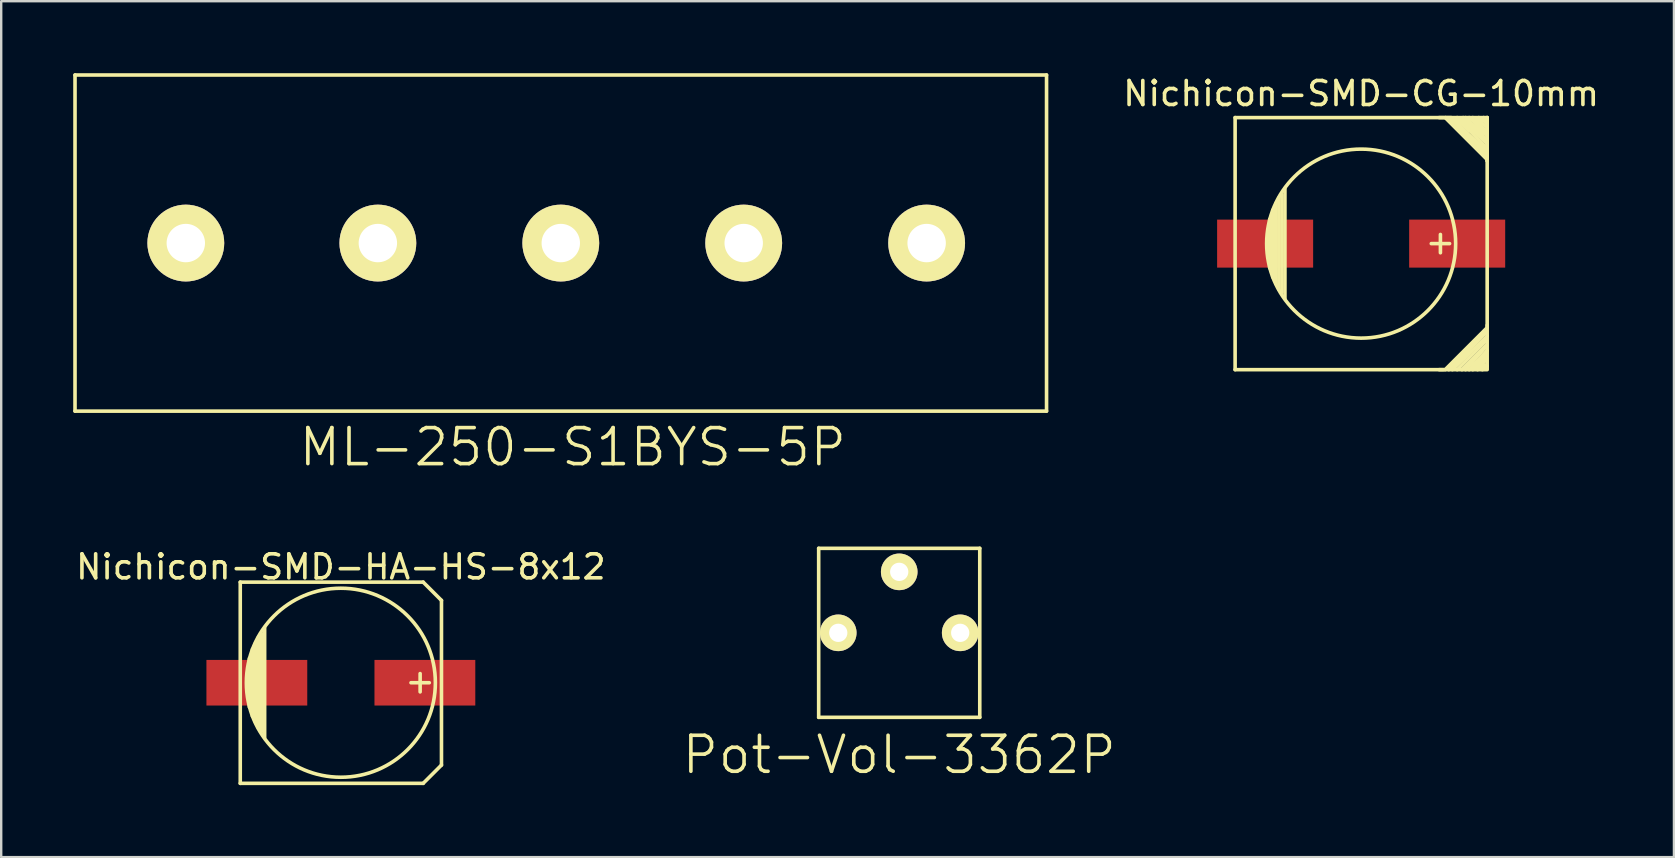
<source format=kicad_pcb>
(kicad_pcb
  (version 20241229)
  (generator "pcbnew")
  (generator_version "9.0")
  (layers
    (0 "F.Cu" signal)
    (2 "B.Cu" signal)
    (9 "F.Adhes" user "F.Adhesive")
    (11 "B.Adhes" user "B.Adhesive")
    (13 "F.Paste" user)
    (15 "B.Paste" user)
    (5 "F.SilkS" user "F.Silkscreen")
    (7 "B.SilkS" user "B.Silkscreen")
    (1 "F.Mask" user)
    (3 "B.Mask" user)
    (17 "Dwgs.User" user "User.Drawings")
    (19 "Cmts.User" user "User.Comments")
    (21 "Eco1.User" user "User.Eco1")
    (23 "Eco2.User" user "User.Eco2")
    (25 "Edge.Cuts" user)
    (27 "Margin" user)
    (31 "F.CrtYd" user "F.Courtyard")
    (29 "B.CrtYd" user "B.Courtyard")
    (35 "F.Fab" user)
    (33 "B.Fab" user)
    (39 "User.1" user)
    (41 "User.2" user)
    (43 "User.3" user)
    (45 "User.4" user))
  (footprint "Pot-Vol-3362P"
    (layer "F.Cu")
    (at 34.408 23.311)
    (property "Reference" "Pot-Vol-3362P" (at 0 5.08 0) (layer "F.SilkS") (effects (font (size 1.5 1.5) (thickness 0.15))))
    (attr through_hole)
    (fp_line (start -3.355 -3.52) (end -3.355 3.52) (stroke (width 0.15) (type solid)) (layer "F.SilkS"))
    (fp_line (start -3.355 -3.52) (end 3.355 -3.52) (stroke (width 0.15) (type solid)) (layer "F.SilkS"))
    (fp_line (start -3.355 3.52) (end 3.355 3.52) (stroke (width 0.15) (type solid)) (layer "F.SilkS"))
    (fp_line (start 3.355 3.52) (end 3.355 -3.52) (stroke (width 0.15) (type solid)) (layer "F.SilkS"))
    (pad "1" thru_hole circle (at -2.54 0) (size 1.524 1.524) (drill 0.762) (layers "*.Cu" "*.Mask" "F.SilkS"))
    (pad "2" thru_hole circle (at 0 -2.54) (size 1.524 1.524) (drill 0.762) (layers "*.Cu" "*.Mask" "F.SilkS"))
    (pad "3" thru_hole circle (at 2.54 0) (size 1.524 1.524) (drill 0.762) (layers "*.Cu" "*.Mask" "F.SilkS")))
  (footprint "ML-250-S1BYS-5P"
    (layer "F.Cu")
    (at 20.31 7.075)
    (property "Reference" "ML-250-S1BYS-5P" (at 0.5 8.5 0) (layer "F.SilkS") (effects (font (size 1.5 1.5) (thickness 0.15))))
    (attr through_hole)
    (fp_line (start -20.235 -7) (end -20.235 7) (stroke (width 0.15) (type solid)) (layer "F.SilkS"))
    (fp_line (start -20.235 -7) (end 20.235 -7) (stroke (width 0.15) (type solid)) (layer "F.SilkS"))
    (fp_line (start -20.235 7) (end 20.235 7) (stroke (width 0.15) (type solid)) (layer "F.SilkS"))
    (fp_line (start 20.235 -7) (end 20.235 7) (stroke (width 0.15) (type solid)) (layer "F.SilkS"))
    (pad "1" thru_hole circle (at -15.62 0) (size 3.2 3.2) (drill 1.6) (layers "*.Cu" "*.Mask" "F.SilkS"))
    (pad "2" thru_hole circle (at -7.62 0) (size 3.2 3.2) (drill 1.6) (layers "*.Cu" "*.Mask" "F.SilkS"))
    (pad "3" thru_hole circle (at 0 0) (size 3.2 3.2) (drill 1.6) (layers "*.Cu" "*.Mask" "F.SilkS"))
    (pad "4" thru_hole circle (at 7.62 0) (size 3.2 3.2) (drill 1.6) (layers "*.Cu" "*.Mask" "F.SilkS"))
    (pad "5" thru_hole circle (at 15.24 0) (size 3.2 3.2) (drill 1.6) (layers "*.Cu" "*.Mask" "F.SilkS")))
  (footprint "Nichicon-SMD-HA-HS-8x12"
    (layer "F.Cu")
    (at 11.149 25.39)
    (property "Reference" "Nichicon-SMD-HA-HS-8x12" (at 0 -4.826 0) (layer "F.SilkS") (effects (font (size 1 1) (thickness 0.15))))
    (attr through_hole)
    (fp_line (start -4.191 -4.191) (end -4.191 4.191) (stroke (width 0.15) (type solid)) (layer "F.SilkS"))
    (fp_line (start -4.191 4.191) (end 3.429 4.191) (stroke (width 0.15) (type solid)) (layer "F.SilkS"))
    (fp_line (start -3.81 -1.016) (end -3.81 1.016) (stroke (width 0.15) (type solid)) (layer "F.SilkS"))
    (fp_line (start -3.683 1.397) (end -3.683 -1.397) (stroke (width 0.15) (type solid)) (layer "F.SilkS"))
    (fp_line (start -3.556 -1.651) (end -3.556 1.651) (stroke (width 0.15) (type solid)) (layer "F.SilkS"))
    (fp_line (start -3.429 1.905) (end -3.429 -1.905) (stroke (width 0.15) (type solid)) (layer "F.SilkS"))
    (fp_line (start -3.302 2.032) (end -3.302 -2.032) (stroke (width 0.15) (type solid)) (layer "F.SilkS"))
    (fp_line (start -3.175 -2.286) (end -3.175 2.286) (stroke (width 0.15) (type solid)) (layer "F.SilkS"))
    (fp_line (start 3.302 -0.381) (end 3.302 0.381) (stroke (width 0.15) (type solid)) (layer "F.SilkS"))
    (fp_line (start 3.429 -4.191) (end -4.191 -4.191) (stroke (width 0.15) (type solid)) (layer "F.SilkS"))
    (fp_line (start 3.429 4.191) (end 4.191 3.429) (stroke (width 0.15) (type solid)) (layer "F.SilkS"))
    (fp_line (start 3.683 0) (end 2.921 0) (stroke (width 0.15) (type solid)) (layer "F.SilkS"))
    (fp_line (start 4.191 -3.429) (end 3.429 -4.191) (stroke (width 0.15) (type solid)) (layer "F.SilkS"))
    (fp_line (start 4.191 3.429) (end 4.191 -3.429) (stroke (width 0.15) (type solid)) (layer "F.SilkS"))
    (fp_circle (center 0 0) (end 3.937 0) (stroke (width 0.15) (type solid)) (fill no) (layer "F.SilkS"))
    (pad "1" smd rect (at 3.5 0) (size 4.2 1.9) (layers "F.Cu" "F.Mask" "F.Paste"))
    (pad "2" smd rect (at -3.5 0) (size 4.2 1.9) (layers "F.Cu" "F.Mask" "F.Paste")))
  (footprint "Nichicon-SMD-CG-10mm"
    (layer "F.Cu")
    (at 53.65 7.098)
    (property "Reference" "Nichicon-SMD-CG-10mm" (at 0 -6.25 0) (layer "F.SilkS") (effects (font (size 1 1) (thickness 0.15))))
    (attr through_hole)
    (fp_line (start -5.25 -5.25) (end -5.25 5.25) (stroke (width 0.15) (type solid)) (layer "F.SilkS"))
    (fp_line (start -5.25 5.25) (end 3.429 5.25) (stroke (width 0.15) (type solid)) (layer "F.SilkS"))
    (fp_line (start -3.81 -1.016) (end -3.81 1.016) (stroke (width 0.15) (type solid)) (layer "F.SilkS"))
    (fp_line (start -3.683 1.397) (end -3.683 -1.397) (stroke (width 0.15) (type solid)) (layer "F.SilkS"))
    (fp_line (start -3.556 -1.651) (end -3.556 1.651) (stroke (width 0.15) (type solid)) (layer "F.SilkS"))
    (fp_line (start -3.429 1.905) (end -3.429 -1.905) (stroke (width 0.15) (type solid)) (layer "F.SilkS"))
    (fp_line (start -3.302 2.032) (end -3.302 -2.032) (stroke (width 0.15) (type solid)) (layer "F.SilkS"))
    (fp_line (start -3.175 -2.286) (end -3.175 2.286) (stroke (width 0.15) (type solid)) (layer "F.SilkS"))
    (fp_line (start 3.25 -5.25) (end 3.75 -5.25) (stroke (width 0.15) (type solid)) (layer "F.SilkS"))
    (fp_line (start 3.25 5.25) (end 5.25 5.25) (stroke (width 0.15) (type solid)) (layer "F.SilkS"))
    (fp_line (start 3.302 -0.381) (end 3.302 0.381) (stroke (width 0.15) (type solid)) (layer "F.SilkS"))
    (fp_line (start 3.429 -5.25) (end -5.25 -5.25) (stroke (width 0.15) (type solid)) (layer "F.SilkS"))
    (fp_line (start 3.5 -5.25) (end 5.25 -3.5) (stroke (width 0.15) (type solid)) (layer "F.SilkS"))
    (fp_line (start 3.5 5.25) (end 5.25 3.5) (stroke (width 0.15) (type solid)) (layer "F.SilkS"))
    (fp_line (start 3.65 5.25) (end 5.2 3.7) (stroke (width 0.15) (type solid)) (layer "F.SilkS"))
    (fp_line (start 3.683 0) (end 2.921 0) (stroke (width 0.15) (type solid)) (layer "F.SilkS"))
    (fp_line (start 3.7 -5.2) (end 5.2 -3.7) (stroke (width 0.15) (type solid)) (layer "F.SilkS"))
    (fp_line (start 3.95 -5.2) (end 4.5 -4.7) (stroke (width 0.15) (type solid)) (layer "F.SilkS"))
    (fp_line (start 4 -5.25) (end 5.2 -4) (stroke (width 0.15) (type solid)) (layer "F.SilkS"))
    (fp_line (start 4 5.25) (end 5.2 4.05) (stroke (width 0.15) (type solid)) (layer "F.SilkS"))
    (fp_line (start 4.25 -5.25) (end 5.15 -4.3) (stroke (width 0.15) (type solid)) (layer "F.SilkS"))
    (fp_line (start 4.35 -5.25) (end 5.2 -4.35) (stroke (width 0.15) (type solid)) (layer "F.SilkS"))
    (fp_line (start 4.35 5.25) (end 5.15 4.35) (stroke (width 0.15) (type solid)) (layer "F.SilkS"))
    (fp_line (start 4.65 -5.25) (end 5.2 -4.7) (stroke (width 0.15) (type solid)) (layer "F.SilkS"))
    (fp_line (start 4.65 5.25) (end 5.2 4.6) (stroke (width 0.15) (type solid)) (layer "F.SilkS"))
    (fp_line (start 4.85 5.25) (end 5.15 4.9) (stroke (width 0.15) (type solid)) (layer "F.SilkS"))
    (fp_line (start 4.9 -5.25) (end 5.2 -5.05) (stroke (width 0.15) (type solid)) (layer "F.SilkS"))
    (fp_line (start 5.05 5.25) (end 5.25 5.1) (stroke (width 0.15) (type solid)) (layer "F.SilkS"))
    (fp_line (start 5.1 -5.25) (end 5.25 -5.1) (stroke (width 0.15) (type solid)) (layer "F.SilkS"))
    (fp_line (start 5.2 -3.85) (end 3.8 -5.2) (stroke (width 0.15) (type solid)) (layer "F.SilkS"))
    (fp_line (start 5.2 4.25) (end 4.2 5.25) (stroke (width 0.15) (type solid)) (layer "F.SilkS"))
    (fp_line (start 5.2 4.75) (end 4.75 5.2) (stroke (width 0.15) (type solid)) (layer "F.SilkS"))
    (fp_line (start 5.2 5.05) (end 5.05 5.15) (stroke (width 0.15) (type solid)) (layer "F.SilkS"))
    (fp_line (start 5.25 -5.25) (end 3.5 -5.25) (stroke (width 0.15) (type solid)) (layer "F.SilkS"))
    (fp_line (start 5.25 -5.25) (end 5.25 -3.45) (stroke (width 0.15) (type solid)) (layer "F.SilkS"))
    (fp_line (start 5.25 -4.85) (end 4.8 -5.2) (stroke (width 0.15) (type solid)) (layer "F.SilkS"))
    (fp_line (start 5.25 -4.55) (end 4.5 -5.25) (stroke (width 0.15) (type solid)) (layer "F.SilkS"))
    (fp_line (start 5.25 -4.5) (end 4.65 -4.95) (stroke (width 0.15) (type solid)) (layer "F.SilkS"))
    (fp_line (start 5.25 -4.15) (end 4.15 -5.2) (stroke (width 0.15) (type solid)) (layer "F.SilkS"))
    (fp_line (start 5.25 -3.45) (end 5.25 -5.25) (stroke (width 0.15) (type solid)) (layer "F.SilkS"))
    (fp_line (start 5.25 3.4) (end 5.25 5.2) (stroke (width 0.15) (type solid)) (layer "F.SilkS"))
    (fp_line (start 5.25 3.429) (end 5.25 -3.429) (stroke (width 0.15) (type solid)) (layer "F.SilkS"))
    (fp_line (start 5.25 3.85) (end 3.8 5.25) (stroke (width 0.15) (type solid)) (layer "F.SilkS"))
    (fp_line (start 5.25 4.45) (end 4.5 5.25) (stroke (width 0.15) (type solid)) (layer "F.SilkS"))
    (fp_circle (center 0 0) (end 3.937 0) (stroke (width 0.15) (type solid)) (fill no) (layer "F.SilkS"))
    (pad "1" smd rect (at 4 0) (size 4 2) (layers "F.Cu" "F.Mask" "F.Paste"))
    (pad "2" smd rect (at -4 0) (size 4 2) (layers "F.Cu" "F.Mask" "F.Paste")))
  (gr_rect
    (start -3 -3)
    (end 66.68 32.656)
    (stroke (width 0.1) (type default))
    (fill no)
    (layer "Edge.Cuts")))
</source>
